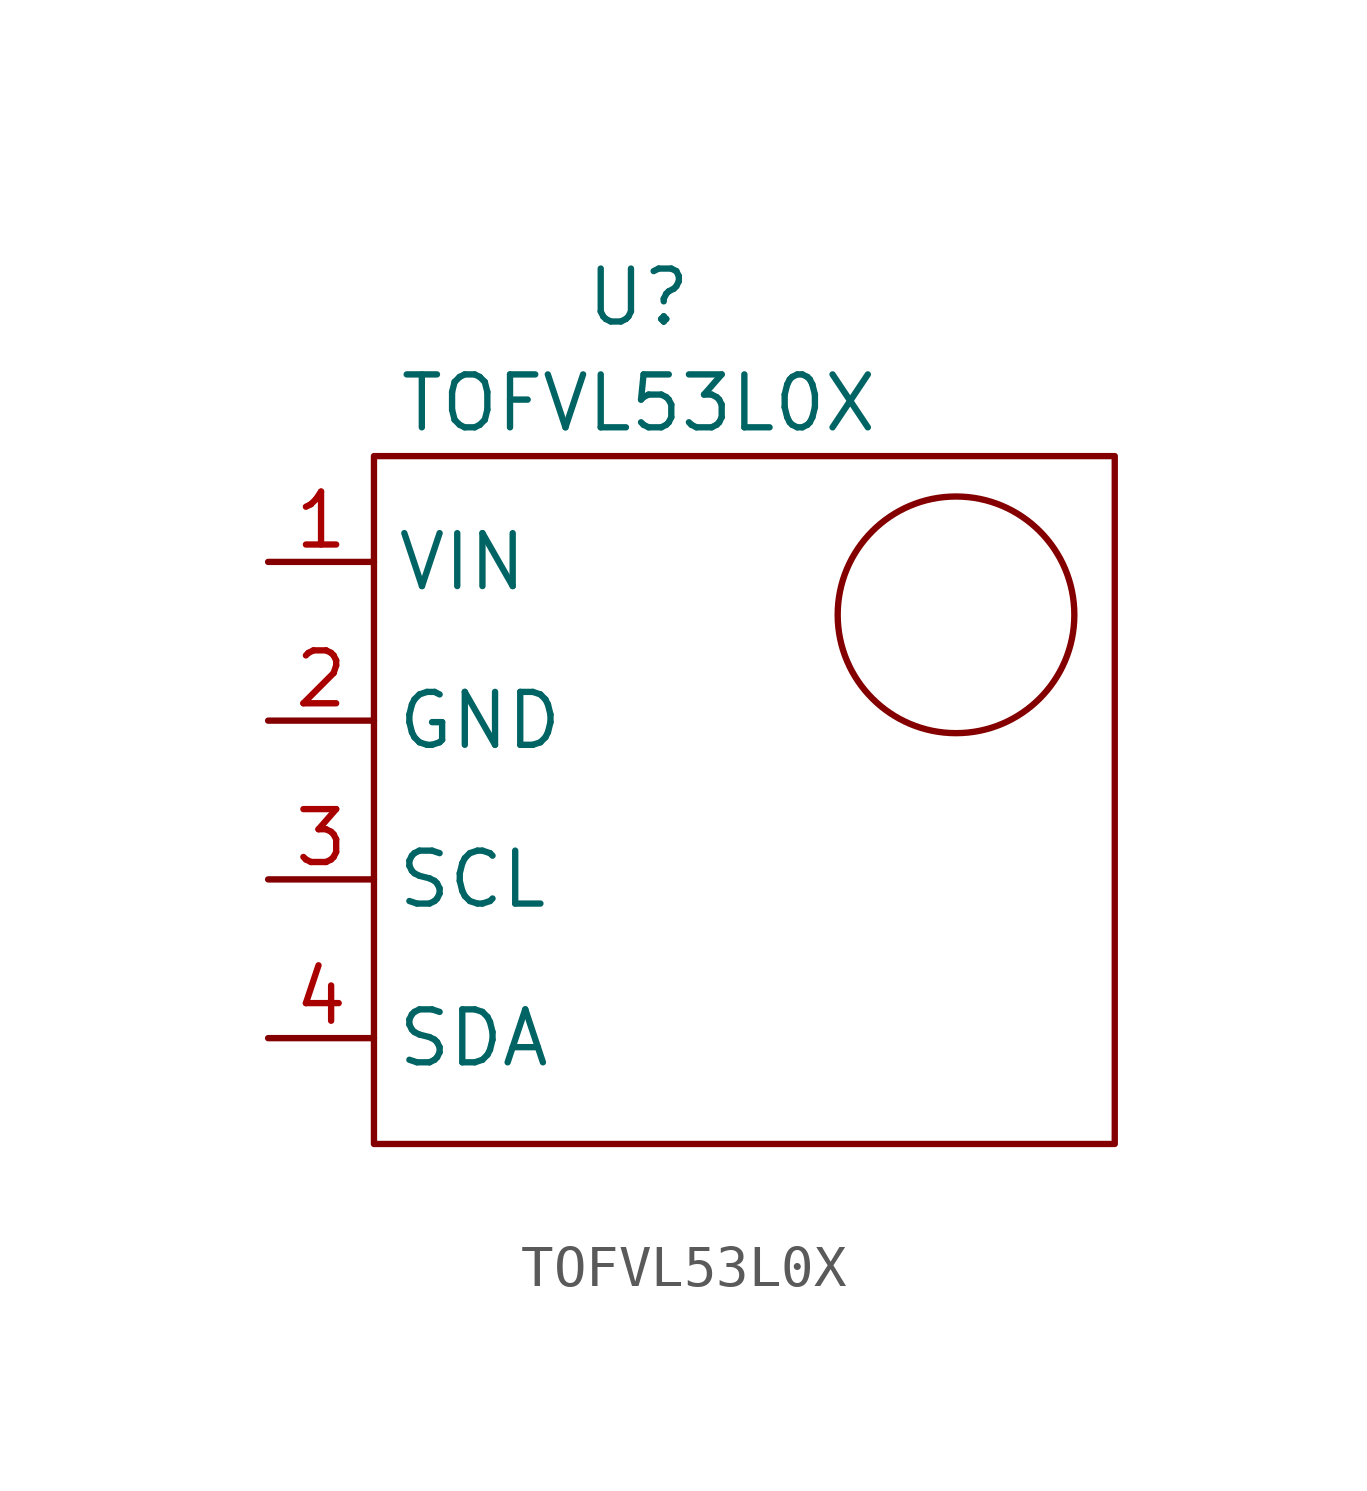
<source format=kicad_sym>
(kicad_symbol_lib
  (version 20211014)
  (generator kicad_symbol_editor)
  (symbol "TOFVL53L0X"
    (property "Reference" "U"
      (at 0 0 0)
      (effects (font (size 1.27 1.27))))
    (property "Value" "TOFVL53L0X"
      (at 0 -2.54 0)
      (effects (font (size 1.27 1.27))))
    (symbol "TOFVL53L0X_0_1"
      (rectangle (start -6.35 -3.81) (end 11.43 -20.32) (stroke (width 0) (type default) (color 0 0 0 0)) (fill (type none)))
      (circle (center 7.62 -7.62) (radius 2.84) (stroke (width 0) (type default) (color 0 0 0 0)) (fill (type none))))
    (symbol "TOFVL53L0X_1_1"
      (pin input line (at -8.89 -6.35 0) (length 2.54) (name "VIN" (effects (font (size 1.27 1.27)))) (number "1" (effects (font (size 1.27 1.27)))))
      (pin input line (at -8.89 -10.16 0) (length 2.54) (name "GND" (effects (font (size 1.27 1.27)))) (number "2" (effects (font (size 1.27 1.27)))))
      (pin input line (at -8.89 -13.97 0) (length 2.54) (name "SCL" (effects (font (size 1.27 1.27)))) (number "3" (effects (font (size 1.27 1.27)))))
      (pin input line (at -8.89 -17.78 0) (length 2.54) (name "SDA" (effects (font (size 1.27 1.27)))) (number "4" (effects (font (size 1.27 1.27))))))))
</source>
